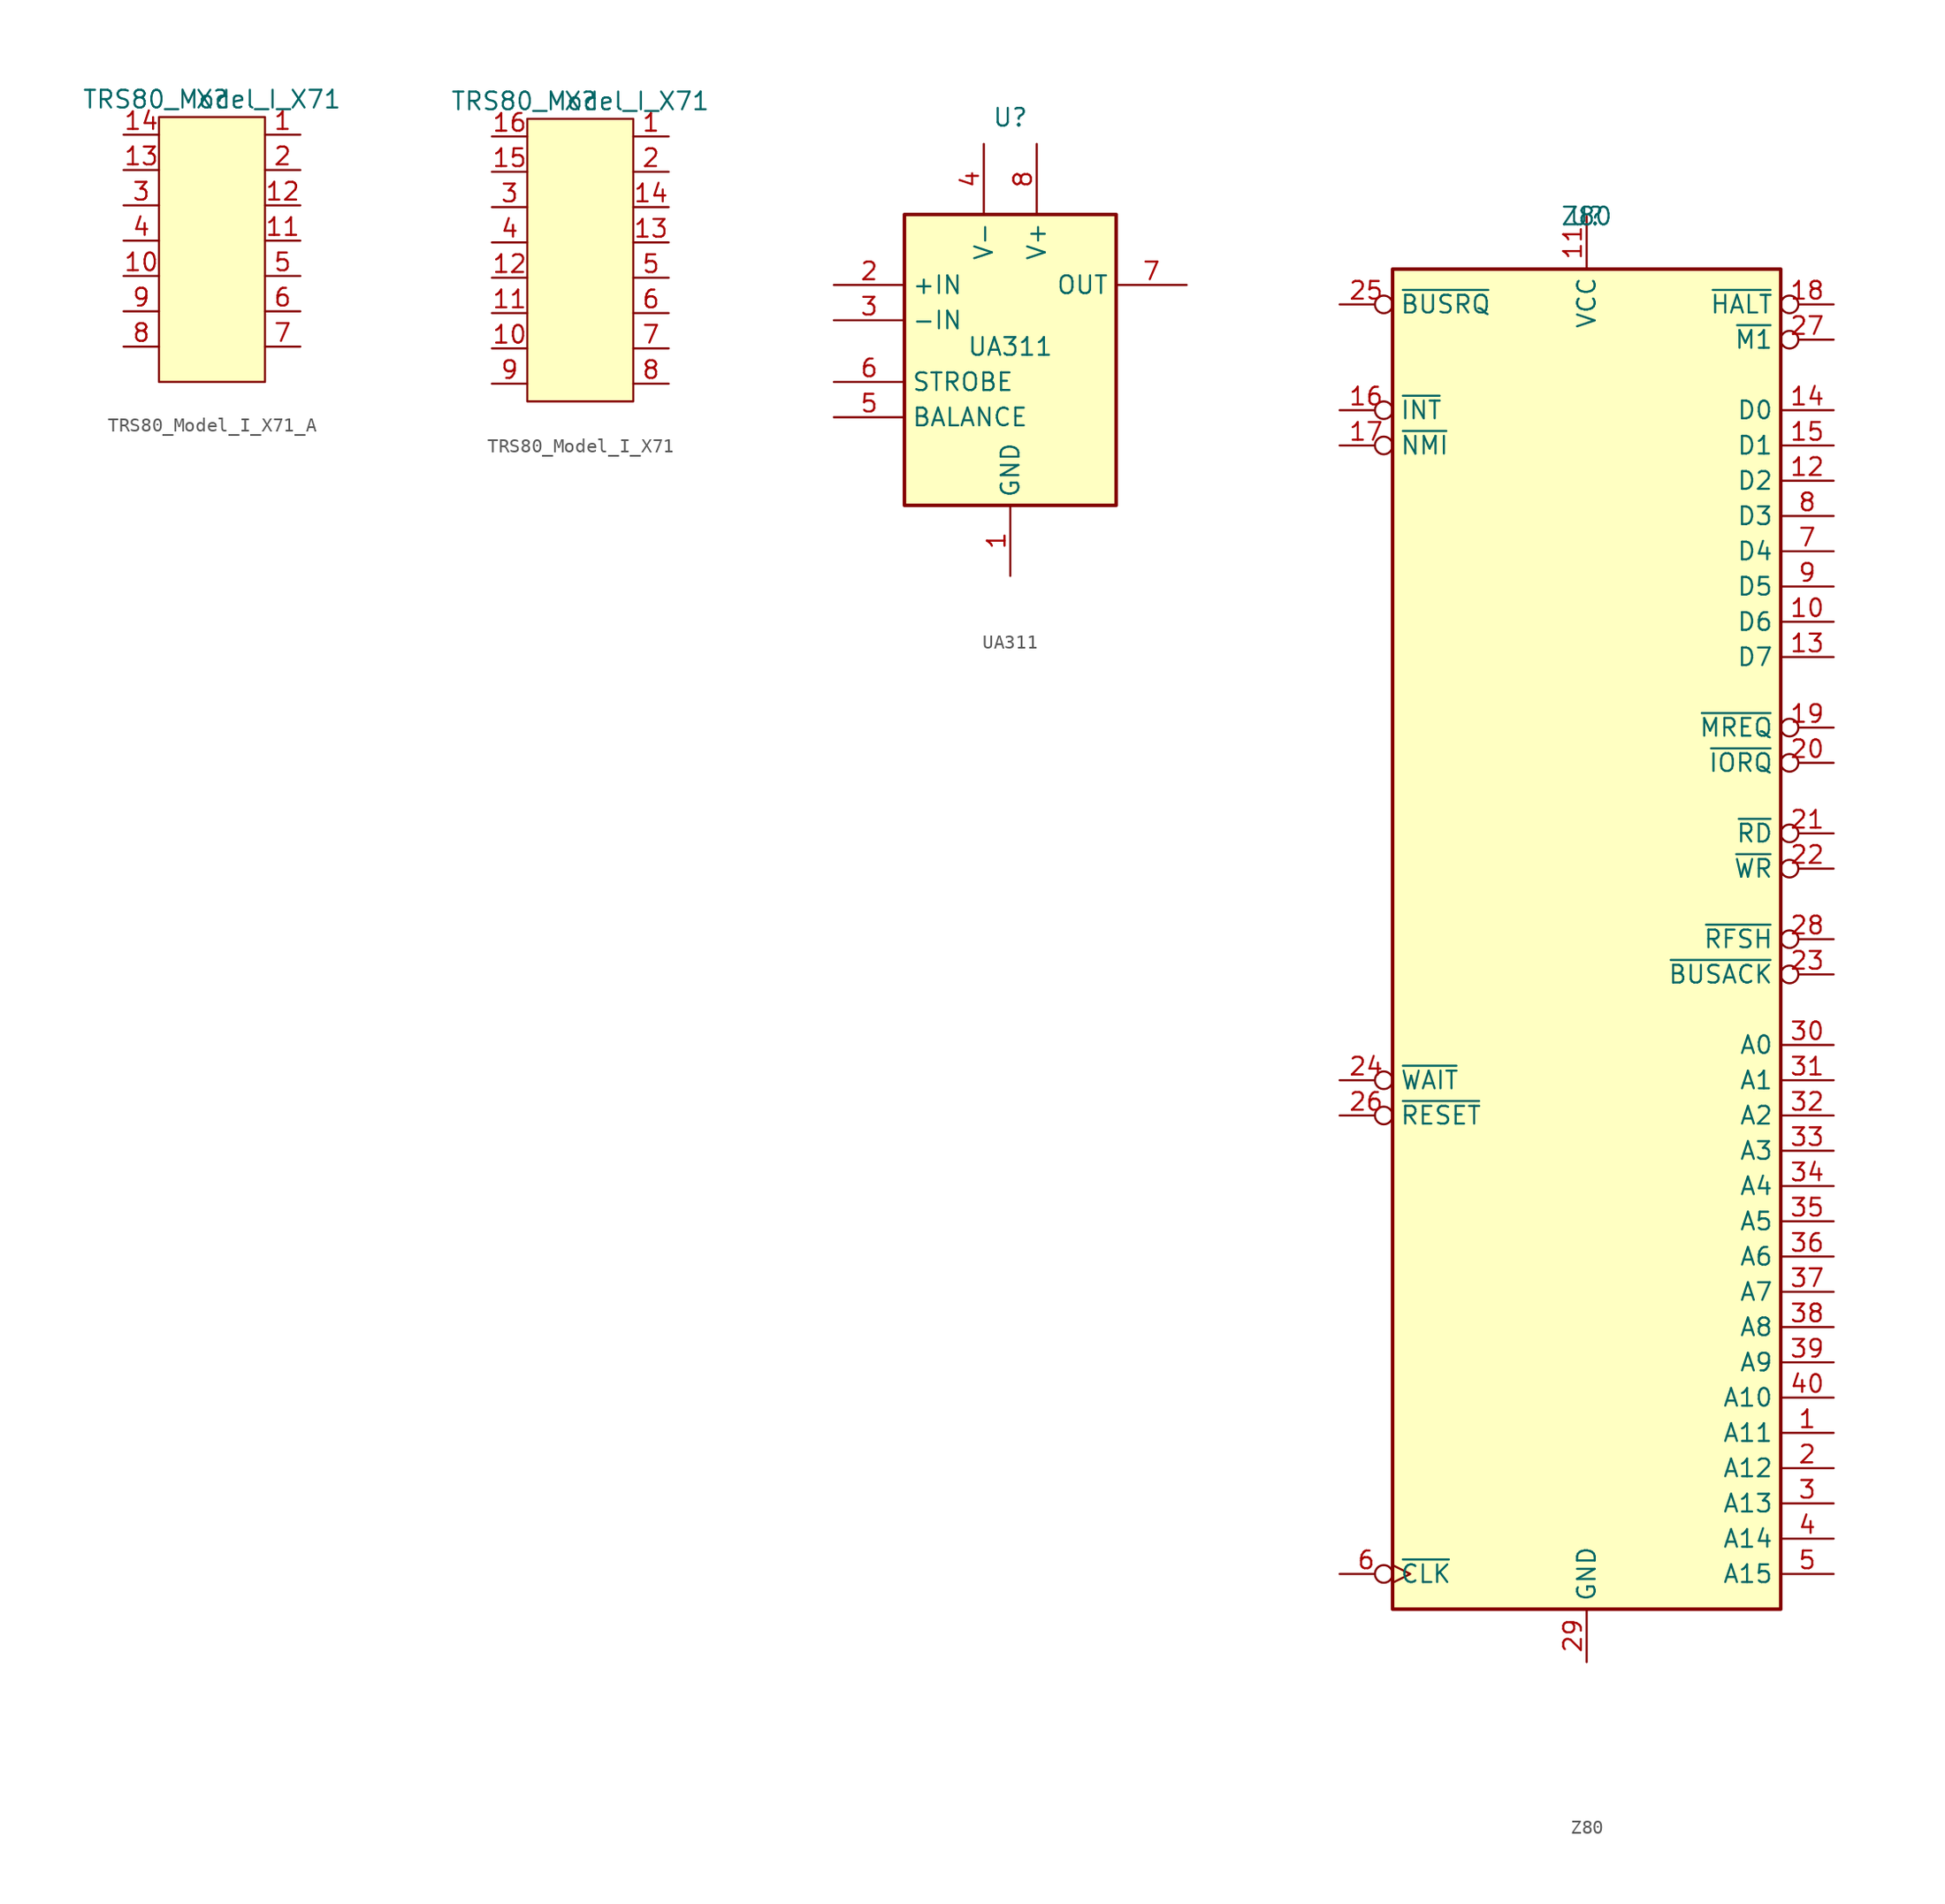
<source format=kicad_sym>
(kicad_symbol_lib
  (version 20241209)
  (generator "kicad_symbol_editor")
  (generator_version "9.0")
  (symbol "TRS80_Model_I_X71_A"
    (property "Reference" "X"
      (at 0 0 0)
      (effects (font (size 1.27 1.27))))
    (property "Value" "TRS80_Model_I_X71"
      (at 0 0 0)
      (effects (font (size 1.27 1.27))))
    (symbol "TRS80_Model_I_X71_A_1_1"
      (rectangle (start -3.81 -1.27) (end 3.81 -20.32) (stroke (width 0) (type default)) (fill (type background)))
      (pin passive line (at -6.35 -2.54 0) (length 2.54) (name "~" (effects (font (size 1.27 1.27)))) (number "14" (effects (font (size 1.27 1.27)))))
      (pin passive line (at -6.35 -5.08 0) (length 2.54) (name "~" (effects (font (size 1.27 1.27)))) (number "13" (effects (font (size 1.27 1.27)))))
      (pin passive line (at -6.35 -7.62 0) (length 2.54) (name "~" (effects (font (size 1.27 1.27)))) (number "3" (effects (font (size 1.27 1.27)))))
      (pin passive line (at -6.35 -10.16 0) (length 2.54) (name "~" (effects (font (size 1.27 1.27)))) (number "4" (effects (font (size 1.27 1.27)))))
      (pin passive line (at -6.35 -12.7 0) (length 2.54) (name "~" (effects (font (size 1.27 1.27)))) (number "10" (effects (font (size 1.27 1.27)))))
      (pin passive line (at -6.35 -15.24 0) (length 2.54) (name "~" (effects (font (size 1.27 1.27)))) (number "9" (effects (font (size 1.27 1.27)))))
      (pin passive line (at -6.35 -17.78 0) (length 2.54) (name "~" (effects (font (size 1.27 1.27)))) (number "8" (effects (font (size 1.27 1.27)))))
      (pin passive line (at 6.35 -2.54 180) (length 2.54) (name "~" (effects (font (size 1.27 1.27)))) (number "1" (effects (font (size 1.27 1.27)))))
      (pin passive line (at 6.35 -5.08 180) (length 2.54) (name "~" (effects (font (size 1.27 1.27)))) (number "2" (effects (font (size 1.27 1.27)))))
      (pin passive line (at 6.35 -7.62 180) (length 2.54) (name "~" (effects (font (size 1.27 1.27)))) (number "12" (effects (font (size 1.27 1.27)))))
      (pin passive line (at 6.35 -10.16 180) (length 2.54) (name "~" (effects (font (size 1.27 1.27)))) (number "11" (effects (font (size 1.27 1.27)))))
      (pin passive line (at 6.35 -12.7 180) (length 2.54) (name "~" (effects (font (size 1.27 1.27)))) (number "5" (effects (font (size 1.27 1.27)))))
      (pin passive line (at 6.35 -15.24 180) (length 2.54) (name "~" (effects (font (size 1.27 1.27)))) (number "6" (effects (font (size 1.27 1.27)))))
      (pin passive line (at 6.35 -17.78 180) (length 2.54) (name "~" (effects (font (size 1.27 1.27)))) (number "7" (effects (font (size 1.27 1.27)))))))
  (symbol "TRS80_Model_I_X71"
    (property "Reference" "X"
      (at 0 0 0)
      (effects (font (size 1.27 1.27))))
    (property "Value" "TRS80_Model_I_X71"
      (at 0 0 0)
      (effects (font (size 1.27 1.27))))
    (symbol "TRS80_Model_I_X71_1_1"
      (rectangle (start -3.81 -1.27) (end 3.81 -21.59) (stroke (width 0) (type default)) (fill (type background)))
      (pin passive line (at -6.35 -2.54 0) (length 2.54) (name "~" (effects (font (size 1.27 1.27)))) (number "16" (effects (font (size 1.27 1.27)))))
      (pin passive line (at -6.35 -5.08 0) (length 2.54) (name "~" (effects (font (size 1.27 1.27)))) (number "15" (effects (font (size 1.27 1.27)))))
      (pin passive line (at -6.35 -7.62 0) (length 2.54) (name "~" (effects (font (size 1.27 1.27)))) (number "3" (effects (font (size 1.27 1.27)))))
      (pin passive line (at -6.35 -10.16 0) (length 2.54) (name "~" (effects (font (size 1.27 1.27)))) (number "4" (effects (font (size 1.27 1.27)))))
      (pin passive line (at -6.35 -12.7 0) (length 2.54) (name "~" (effects (font (size 1.27 1.27)))) (number "12" (effects (font (size 1.27 1.27)))))
      (pin passive line (at -6.35 -15.24 0) (length 2.54) (name "~" (effects (font (size 1.27 1.27)))) (number "11" (effects (font (size 1.27 1.27)))))
      (pin passive line (at -6.35 -17.78 0) (length 2.54) (name "~" (effects (font (size 1.27 1.27)))) (number "10" (effects (font (size 1.27 1.27)))))
      (pin passive line (at -6.35 -20.32 0) (length 2.54) (name "~" (effects (font (size 1.27 1.27)))) (number "9" (effects (font (size 1.27 1.27)))))
      (pin passive line (at 6.35 -2.54 180) (length 2.54) (name "~" (effects (font (size 1.27 1.27)))) (number "1" (effects (font (size 1.27 1.27)))))
      (pin passive line (at 6.35 -5.08 180) (length 2.54) (name "~" (effects (font (size 1.27 1.27)))) (number "2" (effects (font (size 1.27 1.27)))))
      (pin passive line (at 6.35 -7.62 180) (length 2.54) (name "~" (effects (font (size 1.27 1.27)))) (number "14" (effects (font (size 1.27 1.27)))))
      (pin passive line (at 6.35 -10.16 180) (length 2.54) (name "~" (effects (font (size 1.27 1.27)))) (number "13" (effects (font (size 1.27 1.27)))))
      (pin passive line (at 6.35 -12.7 180) (length 2.54) (name "~" (effects (font (size 1.27 1.27)))) (number "5" (effects (font (size 1.27 1.27)))))
      (pin passive line (at 6.35 -15.24 180) (length 2.54) (name "~" (effects (font (size 1.27 1.27)))) (number "6" (effects (font (size 1.27 1.27)))))
      (pin passive line (at 6.35 -17.78 180) (length 2.54) (name "~" (effects (font (size 1.27 1.27)))) (number "7" (effects (font (size 1.27 1.27)))))
      (pin passive line (at 6.35 -20.32 180) (length 2.54) (name "~" (effects (font (size 1.27 1.27)))) (number "8" (effects (font (size 1.27 1.27)))))))
  (symbol "UA311"
    (property "Reference" "U"
      (at 0 -1.905 0)
      (effects (font (size 1.27 1.27))))
    (property "Value" "UA311"
      (at 0 -18.415 0)
      (effects (font (size 1.27 1.27))))
    (symbol "UA311_1_0"
      (pin input line (at -12.7 -13.97 0) (length 5.08) (name "+IN" (effects (font (size 1.27 1.27)))) (number "2" (effects (font (size 1.27 1.27)))))
      (pin input line (at -12.7 -16.51 0) (length 5.08) (name "-IN" (effects (font (size 1.27 1.27)))) (number "3" (effects (font (size 1.27 1.27)))))
      (pin input line (at -12.7 -20.955 0) (length 5.08) (name "STROBE" (effects (font (size 1.27 1.27)))) (number "6" (effects (font (size 1.27 1.27)))))
      (pin input line (at -12.7 -23.495 0) (length 5.08) (name "BALANCE" (effects (font (size 1.27 1.27)))) (number "5" (effects (font (size 1.27 1.27)))))
      (pin power_in line (at -1.905 -3.81 270) (length 5.08) (name "V-" (effects (font (size 1.27 1.27)))) (number "4" (effects (font (size 1.27 1.27)))))
      (pin power_in line (at 0 -34.925 90) (length 5.08) (name "GND" (effects (font (size 1.27 1.27)))) (number "1" (effects (font (size 1.27 1.27)))))
      (pin power_in line (at 1.905 -3.81 270) (length 5.08) (name "V+" (effects (font (size 1.27 1.27)))) (number "8" (effects (font (size 1.27 1.27)))))
      (pin output line (at 12.7 -13.97 180) (length 5.08) (name "OUT" (effects (font (size 1.27 1.27)))) (number "7" (effects (font (size 1.27 1.27))))))
    (symbol "UA311_1_1"
      (rectangle (start -7.62 -8.89) (end 7.62 -29.845) (stroke (width 0.254) (type default)) (fill (type background)))))
  (symbol "Z80"
    (property "Reference" "U"
      (at 0 0 0)
      (effects (font (size 1.27 1.27))))
    (property "Value" "Z80"
      (at 0 0 0)
      (effects (font (size 1.27 1.27))))
    (symbol "Z80_0_1"
      (rectangle (start -13.97 -3.81) (end 13.97 -100.33) (stroke (width 0.254) (type default)) (fill (type background))))
    (symbol "Z80_1_1"
      (pin input inverted (at -17.78 -6.35 0) (length 3.81) (name "~{BUSRQ}" (effects (font (size 1.27 1.27)))) (number "25" (effects (font (size 1.27 1.27)))))
      (pin input inverted (at -17.78 -13.97 0) (length 3.81) (name "~{INT}" (effects (font (size 1.27 1.27)))) (number "16" (effects (font (size 1.27 1.27)))))
      (pin input inverted (at -17.78 -16.51 0) (length 3.81) (name "~{NMI}" (effects (font (size 1.27 1.27)))) (number "17" (effects (font (size 1.27 1.27)))))
      (pin input inverted (at -17.78 -62.23 0) (length 3.81) (name "~{WAIT}" (effects (font (size 1.27 1.27)))) (number "24" (effects (font (size 1.27 1.27)))))
      (pin input inverted (at -17.78 -64.77 0) (length 3.81) (name "~{RESET}" (effects (font (size 1.27 1.27)))) (number "26" (effects (font (size 1.27 1.27)))))
      (pin input inverted_clock (at -17.78 -97.79 0) (length 3.81) (name "~{CLK}" (effects (font (size 1.27 1.27)))) (number "6" (effects (font (size 1.27 1.27)))))
      (pin power_in line (at 0 0 270) (length 3.81) (name "VCC" (effects (font (size 1.27 1.27)))) (number "11" (effects (font (size 1.27 1.27)))))
      (pin power_in line (at 0 -104.14 90) (length 3.81) (name "GND" (effects (font (size 1.27 1.27)))) (number "29" (effects (font (size 1.27 1.27)))))
      (pin output inverted (at 17.78 -6.35 180) (length 3.81) (name "~{HALT}" (effects (font (size 1.27 1.27)))) (number "18" (effects (font (size 1.27 1.27)))))
      (pin output inverted (at 17.78 -8.89 180) (length 3.81) (name "~{M1}" (effects (font (size 1.27 1.27)))) (number "27" (effects (font (size 1.27 1.27)))))
      (pin bidirectional line (at 17.78 -13.97 180) (length 3.81) (name "D0" (effects (font (size 1.27 1.27)))) (number "14" (effects (font (size 1.27 1.27)))))
      (pin bidirectional line (at 17.78 -16.51 180) (length 3.81) (name "D1" (effects (font (size 1.27 1.27)))) (number "15" (effects (font (size 1.27 1.27)))))
      (pin bidirectional line (at 17.78 -19.05 180) (length 3.81) (name "D2" (effects (font (size 1.27 1.27)))) (number "12" (effects (font (size 1.27 1.27)))))
      (pin bidirectional line (at 17.78 -21.59 180) (length 3.81) (name "D3" (effects (font (size 1.27 1.27)))) (number "8" (effects (font (size 1.27 1.27)))))
      (pin bidirectional line (at 17.78 -24.13 180) (length 3.81) (name "D4" (effects (font (size 1.27 1.27)))) (number "7" (effects (font (size 1.27 1.27)))))
      (pin bidirectional line (at 17.78 -26.67 180) (length 3.81) (name "D5" (effects (font (size 1.27 1.27)))) (number "9" (effects (font (size 1.27 1.27)))))
      (pin bidirectional line (at 17.78 -29.21 180) (length 3.81) (name "D6" (effects (font (size 1.27 1.27)))) (number "10" (effects (font (size 1.27 1.27)))))
      (pin bidirectional line (at 17.78 -31.75 180) (length 3.81) (name "D7" (effects (font (size 1.27 1.27)))) (number "13" (effects (font (size 1.27 1.27)))))
      (pin output inverted (at 17.78 -36.83 180) (length 3.81) (name "~{MREQ}" (effects (font (size 1.27 1.27)))) (number "19" (effects (font (size 1.27 1.27)))))
      (pin output inverted (at 17.78 -39.37 180) (length 3.81) (name "~{IORQ}" (effects (font (size 1.27 1.27)))) (number "20" (effects (font (size 1.27 1.27)))))
      (pin output inverted (at 17.78 -44.45 180) (length 3.81) (name "~{RD}" (effects (font (size 1.27 1.27)))) (number "21" (effects (font (size 1.27 1.27)))))
      (pin output inverted (at 17.78 -46.99 180) (length 3.81) (name "~{WR}" (effects (font (size 1.27 1.27)))) (number "22" (effects (font (size 1.27 1.27)))))
      (pin output inverted (at 17.78 -52.07 180) (length 3.81) (name "~{RFSH}" (effects (font (size 1.27 1.27)))) (number "28" (effects (font (size 1.27 1.27)))))
      (pin output inverted (at 17.78 -54.61 180) (length 3.81) (name "~{BUSACK}" (effects (font (size 1.27 1.27)))) (number "23" (effects (font (size 1.27 1.27)))))
      (pin output line (at 17.78 -59.69 180) (length 3.81) (name "A0" (effects (font (size 1.27 1.27)))) (number "30" (effects (font (size 1.27 1.27)))))
      (pin output line (at 17.78 -62.23 180) (length 3.81) (name "A1" (effects (font (size 1.27 1.27)))) (number "31" (effects (font (size 1.27 1.27)))))
      (pin output line (at 17.78 -64.77 180) (length 3.81) (name "A2" (effects (font (size 1.27 1.27)))) (number "32" (effects (font (size 1.27 1.27)))))
      (pin output line (at 17.78 -67.31 180) (length 3.81) (name "A3" (effects (font (size 1.27 1.27)))) (number "33" (effects (font (size 1.27 1.27)))))
      (pin output line (at 17.78 -69.85 180) (length 3.81) (name "A4" (effects (font (size 1.27 1.27)))) (number "34" (effects (font (size 1.27 1.27)))))
      (pin output line (at 17.78 -72.39 180) (length 3.81) (name "A5" (effects (font (size 1.27 1.27)))) (number "35" (effects (font (size 1.27 1.27)))))
      (pin output line (at 17.78 -74.93 180) (length 3.81) (name "A6" (effects (font (size 1.27 1.27)))) (number "36" (effects (font (size 1.27 1.27)))))
      (pin output line (at 17.78 -77.47 180) (length 3.81) (name "A7" (effects (font (size 1.27 1.27)))) (number "37" (effects (font (size 1.27 1.27)))))
      (pin output line (at 17.78 -80.01 180) (length 3.81) (name "A8" (effects (font (size 1.27 1.27)))) (number "38" (effects (font (size 1.27 1.27)))))
      (pin output line (at 17.78 -82.55 180) (length 3.81) (name "A9" (effects (font (size 1.27 1.27)))) (number "39" (effects (font (size 1.27 1.27)))))
      (pin output line (at 17.78 -85.09 180) (length 3.81) (name "A10" (effects (font (size 1.27 1.27)))) (number "40" (effects (font (size 1.27 1.27)))))
      (pin output line (at 17.78 -87.63 180) (length 3.81) (name "A11" (effects (font (size 1.27 1.27)))) (number "1" (effects (font (size 1.27 1.27)))))
      (pin output line (at 17.78 -90.17 180) (length 3.81) (name "A12" (effects (font (size 1.27 1.27)))) (number "2" (effects (font (size 1.27 1.27)))))
      (pin output line (at 17.78 -92.71 180) (length 3.81) (name "A13" (effects (font (size 1.27 1.27)))) (number "3" (effects (font (size 1.27 1.27)))))
      (pin output line (at 17.78 -95.25 180) (length 3.81) (name "A14" (effects (font (size 1.27 1.27)))) (number "4" (effects (font (size 1.27 1.27)))))
      (pin output line (at 17.78 -97.79 180) (length 3.81) (name "A15" (effects (font (size 1.27 1.27)))) (number "5" (effects (font (size 1.27 1.27))))))))
</source>
